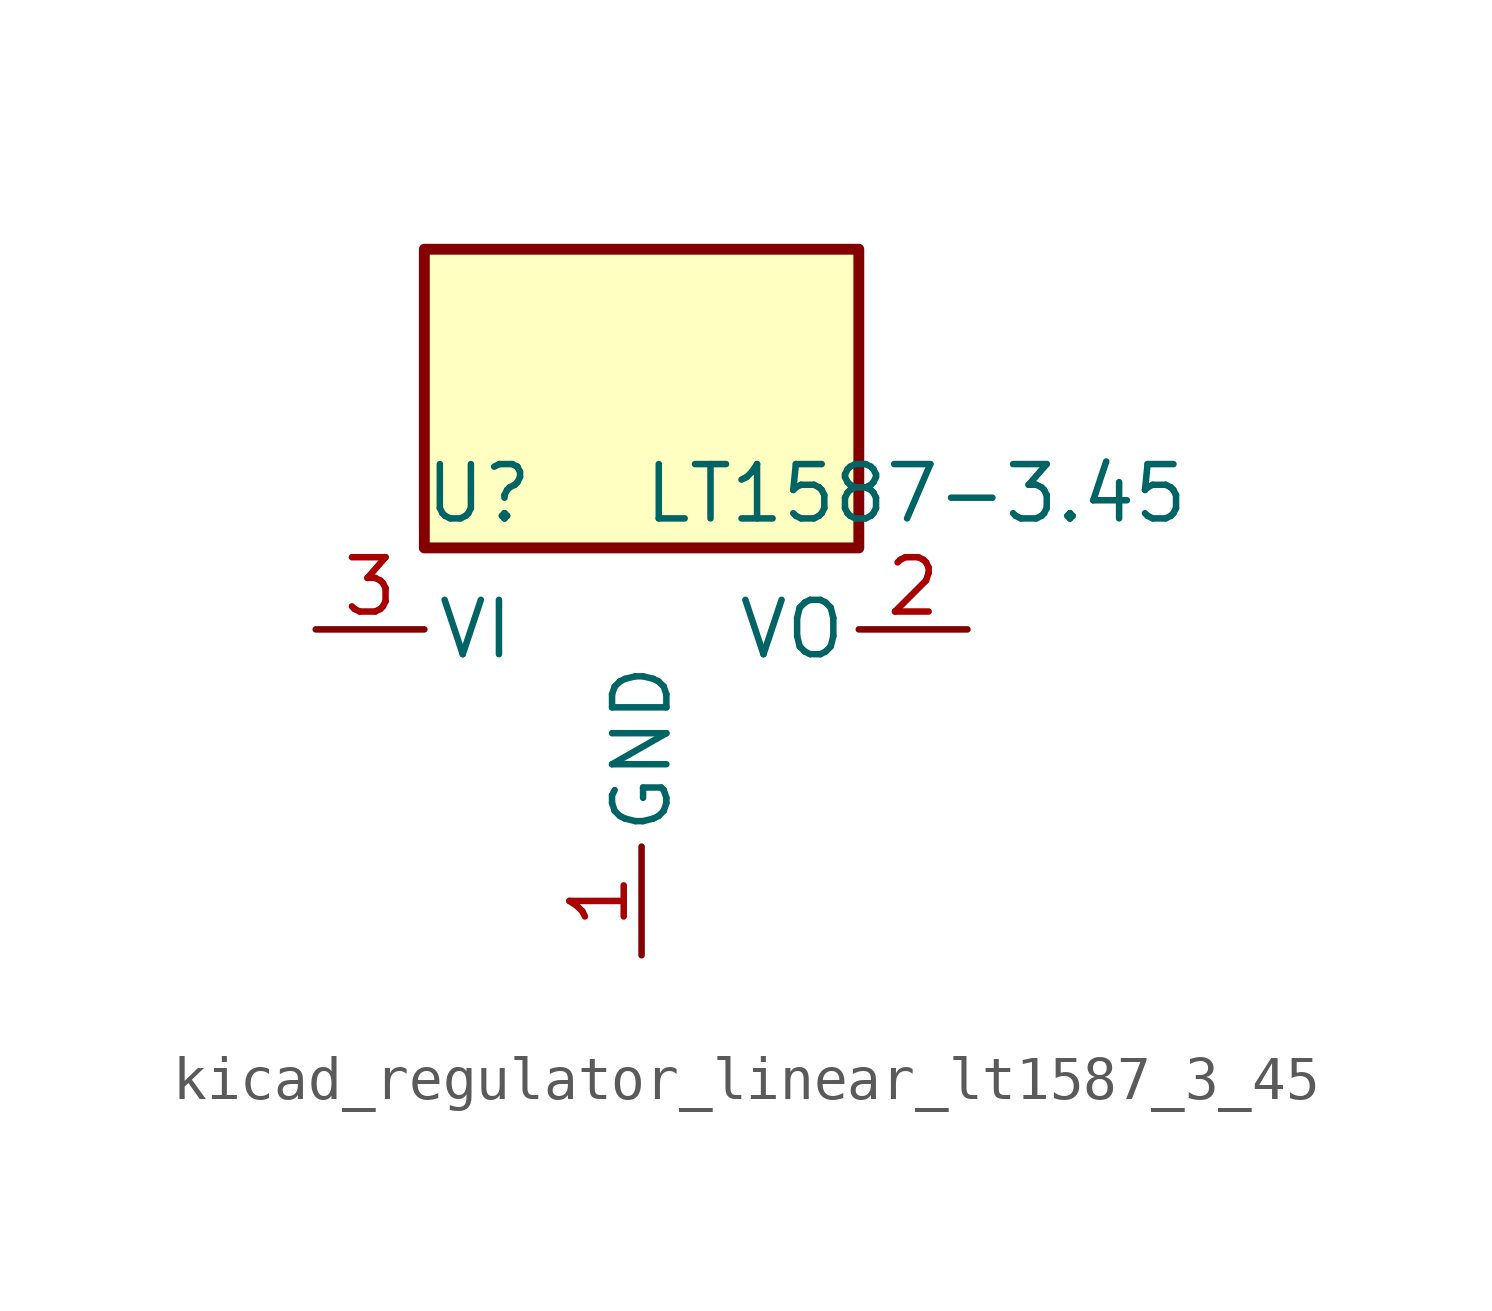
<source format=kicad_sym>
(kicad_symbol_lib
  (version 20220914)
  (generator kicad_symbol_editor)
  (symbol "kicad_regulator_linear_lt1587_3_45"
    (pin_names
      (offset 0.254))
    (property "Reference" "U"
      (at -3.81 3.175 0)
      (effects (font (size 1.27 1.27))))
    (property "Value" "LT1587-3.45"
      (at 0 3.175 0)
      (effects (font (size 1.27 1.27)) (justify left)))
    (symbol "kicad_regulator_linear_lt1587_3_45_0_1"
      (rectangle (start 5.08 8.89) (end -5.08 1.905) (stroke (width 0.254) (type default)) (fill (type background))))
    (symbol "kicad_regulator_linear_lt1587_3_45_1_1"
      (pin power_in line (at 0 -7.62 90) (length 2.54) (name "GND" (effects (font (size 1.27 1.27)))) (number "1" (effects (font (size 1.27 1.27)))))
      (pin power_out line (at 7.62 0 180) (length 2.54) (name "VO" (effects (font (size 1.27 1.27)))) (number "2" (effects (font (size 1.27 1.27)))))
      (pin power_in line (at -7.62 0 0) (length 2.54) (name "VI" (effects (font (size 1.27 1.27)))) (number "3" (effects (font (size 1.27 1.27))))))))
</source>
